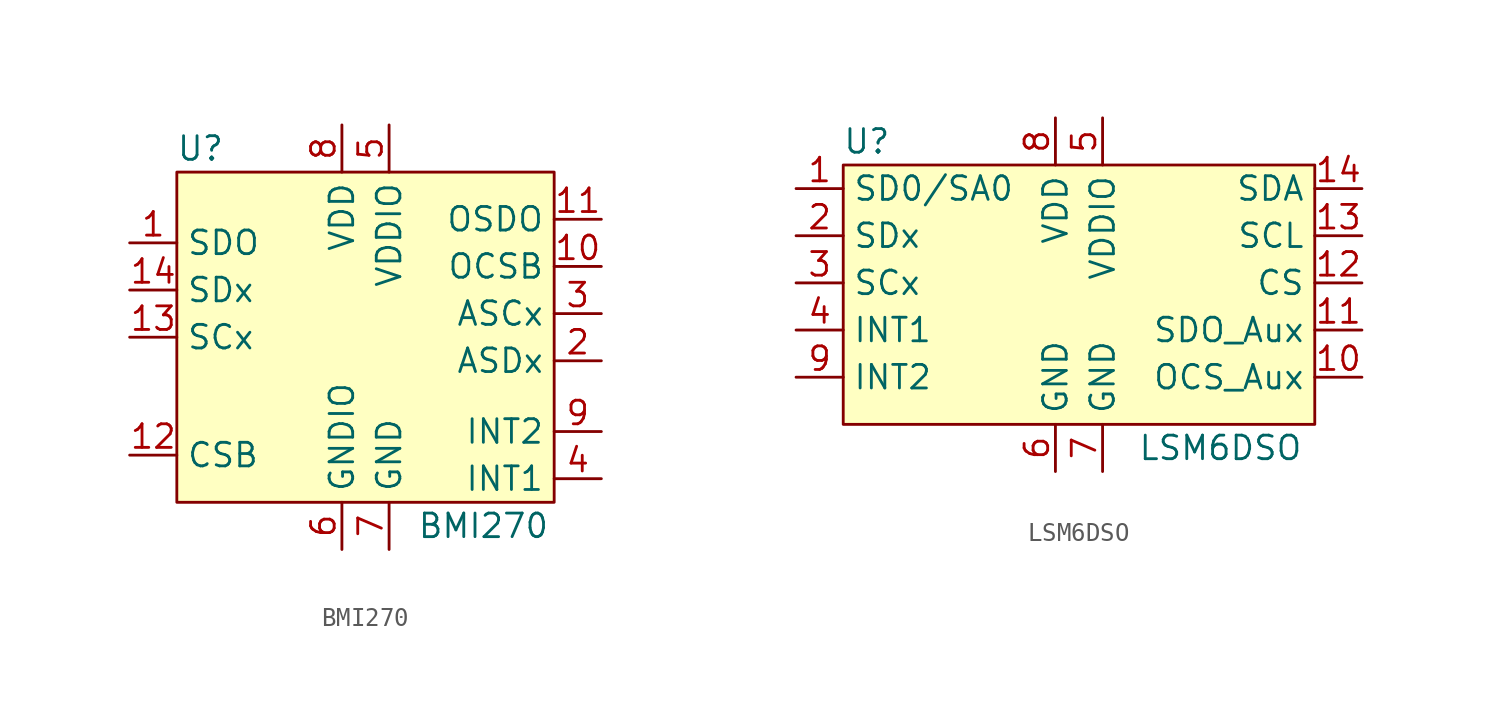
<source format=kicad_sym>
(kicad_symbol_lib
  (version 20211014)
  (generator kicad_symbol_editor)
  (symbol "BMI270"
    (property "Reference" "U"
      (at -3.81 1.27 0)
      (effects (font (size 1.27 1.27))))
    (property "Value" "BMI270"
      (at 11.43 -19.05 0)
      (effects (font (size 1.27 1.27))))
    (symbol "BMI270_0_0"
      (pin bidirectional line (at -7.62 -3.81 0) (length 2.54) (name "SDO" (effects (font (size 1.27 1.27)))) (number "1" (effects (font (size 1.27 1.27)))))
      (pin input line (at 17.78 -5.08 180) (length 2.54) (name "OCSB" (effects (font (size 1.27 1.27)))) (number "10" (effects (font (size 1.27 1.27)))))
      (pin output line (at 17.78 -2.54 180) (length 2.54) (name "OSDO" (effects (font (size 1.27 1.27)))) (number "11" (effects (font (size 1.27 1.27)))))
      (pin input line (at -7.62 -15.24 0) (length 2.54) (name "CSB" (effects (font (size 1.27 1.27)))) (number "12" (effects (font (size 1.27 1.27)))))
      (pin input line (at -7.62 -8.89 0) (length 2.54) (name "SCx" (effects (font (size 1.27 1.27)))) (number "13" (effects (font (size 1.27 1.27)))))
      (pin bidirectional line (at -7.62 -6.35 0) (length 2.54) (name "SDx" (effects (font (size 1.27 1.27)))) (number "14" (effects (font (size 1.27 1.27)))))
      (pin bidirectional line (at 17.78 -10.16 180) (length 2.54) (name "ASDx" (effects (font (size 1.27 1.27)))) (number "2" (effects (font (size 1.27 1.27)))))
      (pin bidirectional line (at 17.78 -7.62 180) (length 2.54) (name "ASCx" (effects (font (size 1.27 1.27)))) (number "3" (effects (font (size 1.27 1.27)))))
      (pin bidirectional line (at 17.78 -16.51 180) (length 2.54) (name "INT1" (effects (font (size 1.27 1.27)))) (number "4" (effects (font (size 1.27 1.27)))))
      (pin power_in line (at 6.35 2.54 270) (length 2.54) (name "VDDIO" (effects (font (size 1.27 1.27)))) (number "5" (effects (font (size 1.27 1.27)))))
      (pin power_in line (at 3.81 -20.32 90) (length 2.54) (name "GNDIO" (effects (font (size 1.27 1.27)))) (number "6" (effects (font (size 1.27 1.27)))))
      (pin power_in line (at 6.35 -20.32 90) (length 2.54) (name "GND" (effects (font (size 1.27 1.27)))) (number "7" (effects (font (size 1.27 1.27)))))
      (pin power_in line (at 3.81 2.54 270) (length 2.54) (name "VDD" (effects (font (size 1.27 1.27)))) (number "8" (effects (font (size 1.27 1.27)))))
      (pin bidirectional line (at 17.78 -13.97 180) (length 2.54) (name "INT2" (effects (font (size 1.27 1.27)))) (number "9" (effects (font (size 1.27 1.27))))))
    (symbol "BMI270_0_1"
      (rectangle (start -5.08 0) (end 15.24 -17.78) (stroke (width 0) (type default) (color 0 0 0 0)) (fill (type background)))))
  (symbol "LSM6DSO"
    (property "Reference" "U"
      (at -11.43 7.62 0)
      (effects (font (size 1.27 1.27))))
    (property "Value" "LSM6DSO"
      (at 7.62 -8.89 0)
      (effects (font (size 1.27 1.27))))
    (symbol "LSM6DSO_0_0"
      (pin input line (at 15.24 -5.08 180) (length 2.54) (name "OCS_Aux" (effects (font (size 1.27 1.27)))) (number "10" (effects (font (size 1.27 1.27)))))
      (pin input line (at 15.24 -2.54 180) (length 2.54) (name "SDO_Aux" (effects (font (size 1.27 1.27)))) (number "11" (effects (font (size 1.27 1.27)))))
      (pin input line (at 15.24 0 180) (length 2.54) (name "CS" (effects (font (size 1.27 1.27)))) (number "12" (effects (font (size 1.27 1.27)))))
      (pin input line (at 15.24 2.54 180) (length 2.54) (name "SCL" (effects (font (size 1.27 1.27)))) (number "13" (effects (font (size 1.27 1.27)))))
      (pin input line (at 15.24 5.08 180) (length 2.54) (name "SDA" (effects (font (size 1.27 1.27)))) (number "14" (effects (font (size 1.27 1.27)))))
      (pin input line (at -15.24 2.54 0) (length 2.54) (name "SDx" (effects (font (size 1.27 1.27)))) (number "2" (effects (font (size 1.27 1.27)))))
      (pin input line (at -15.24 0 0) (length 2.54) (name "SCx" (effects (font (size 1.27 1.27)))) (number "3" (effects (font (size 1.27 1.27)))))
      (pin input line (at -15.24 -2.54 0) (length 2.54) (name "INT1" (effects (font (size 1.27 1.27)))) (number "4" (effects (font (size 1.27 1.27)))))
      (pin power_in line (at 1.27 8.89 270) (length 2.54) (name "VDDIO" (effects (font (size 1.27 1.27)))) (number "5" (effects (font (size 1.27 1.27)))))
      (pin power_in line (at -1.27 -10.16 90) (length 2.54) (name "GND" (effects (font (size 1.27 1.27)))) (number "6" (effects (font (size 1.27 1.27)))))
      (pin power_in line (at 1.27 -10.16 90) (length 2.54) (name "GND" (effects (font (size 1.27 1.27)))) (number "7" (effects (font (size 1.27 1.27)))))
      (pin power_in line (at -1.27 8.89 270) (length 2.54) (name "VDD" (effects (font (size 1.27 1.27)))) (number "8" (effects (font (size 1.27 1.27)))))
      (pin input line (at -15.24 -5.08 0) (length 2.54) (name "INT2" (effects (font (size 1.27 1.27)))) (number "9" (effects (font (size 1.27 1.27))))))
    (symbol "LSM6DSO_0_1"
      (rectangle (start -12.7 6.35) (end 12.7 -7.62) (stroke (width 0) (type default) (color 0 0 0 0)) (fill (type background))))
    (symbol "LSM6DSO_1_1"
      (pin input line (at -15.24 5.08 0) (length 2.54) (name "SD0/SA0" (effects (font (size 1.27 1.27)))) (number "1" (effects (font (size 1.27 1.27))))))))
</source>
